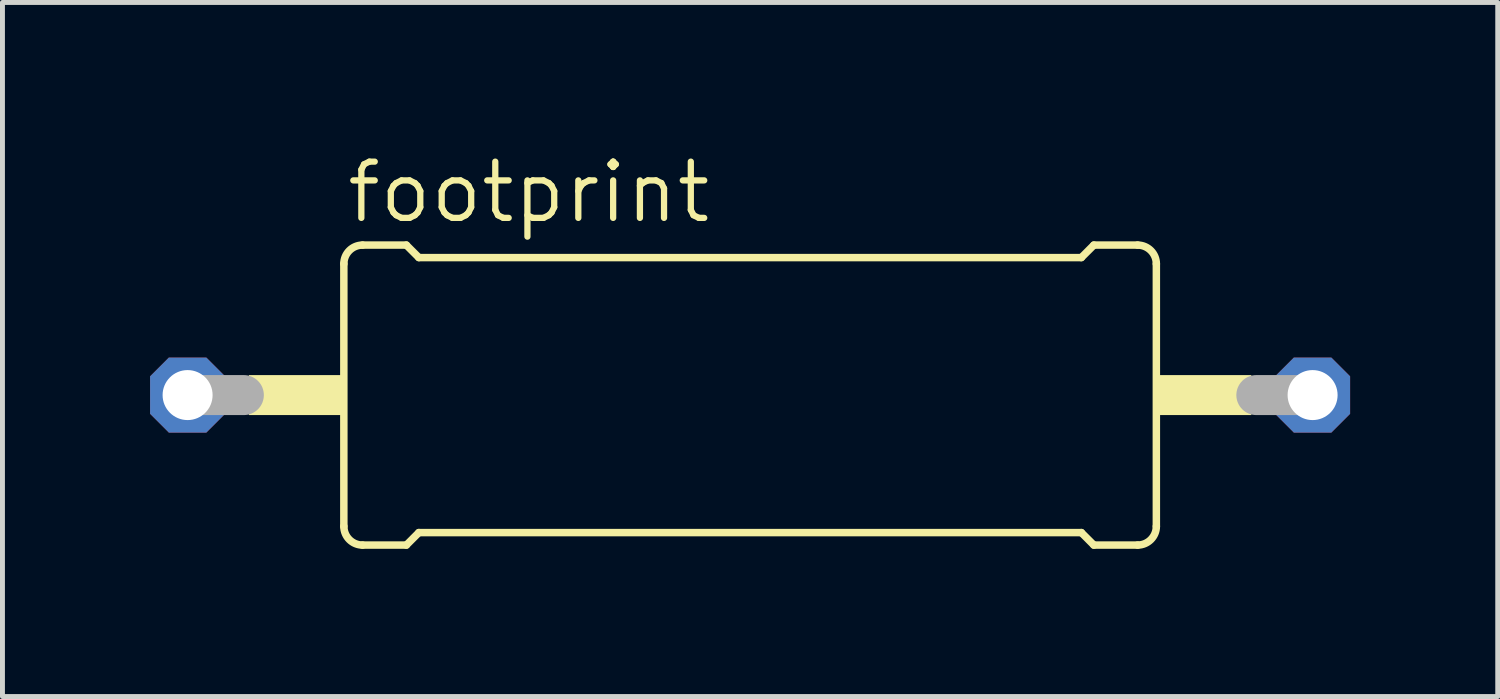
<source format=kicad_pcb>
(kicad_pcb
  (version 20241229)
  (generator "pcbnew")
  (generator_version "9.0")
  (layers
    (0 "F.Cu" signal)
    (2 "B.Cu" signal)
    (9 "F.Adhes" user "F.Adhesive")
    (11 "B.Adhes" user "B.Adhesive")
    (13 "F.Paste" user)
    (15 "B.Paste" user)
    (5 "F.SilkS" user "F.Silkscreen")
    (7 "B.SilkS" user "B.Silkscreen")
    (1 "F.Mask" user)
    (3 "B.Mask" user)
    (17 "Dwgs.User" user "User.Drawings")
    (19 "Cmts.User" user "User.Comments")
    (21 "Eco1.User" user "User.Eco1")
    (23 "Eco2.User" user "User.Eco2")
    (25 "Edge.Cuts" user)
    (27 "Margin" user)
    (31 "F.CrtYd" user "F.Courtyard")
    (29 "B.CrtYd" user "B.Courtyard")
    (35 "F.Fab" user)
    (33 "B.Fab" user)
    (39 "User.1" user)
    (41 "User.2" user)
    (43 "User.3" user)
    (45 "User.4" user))
  (footprint "footprint"
    (layer "F.Cu")
    (at 12.192 4.978)
    (property "Reference" "footprint" (at -8.255 -3.454 0) (layer "F.SilkS") (effects (font (size 1.143 1.143) (thickness 0.127)) (justify left bottom)))
    (fp_line (start -8.255 2.667) (end -8.255 -2.667) (stroke (width 0.152) (type solid)) (layer "F.SilkS"))
    (fp_line (start -7.874 -3.048) (end -6.985 -3.048) (stroke (width 0.152) (type solid)) (layer "F.SilkS"))
    (fp_line (start -7.874 3.048) (end -6.985 3.048) (stroke (width 0.152) (type solid)) (layer "F.SilkS"))
    (fp_line (start -6.731 -2.794) (end -6.985 -3.048) (stroke (width 0.152) (type solid)) (layer "F.SilkS"))
    (fp_line (start -6.731 2.794) (end -6.985 3.048) (stroke (width 0.152) (type solid)) (layer "F.SilkS"))
    (fp_line (start 6.731 -2.794) (end -6.731 -2.794) (stroke (width 0.152) (type solid)) (layer "F.SilkS"))
    (fp_line (start 6.731 -2.794) (end 6.985 -3.048) (stroke (width 0.152) (type solid)) (layer "F.SilkS"))
    (fp_line (start 6.731 2.794) (end -6.731 2.794) (stroke (width 0.152) (type solid)) (layer "F.SilkS"))
    (fp_line (start 6.731 2.794) (end 6.985 3.048) (stroke (width 0.152) (type solid)) (layer "F.SilkS"))
    (fp_line (start 7.874 -3.048) (end 6.985 -3.048) (stroke (width 0.152) (type solid)) (layer "F.SilkS"))
    (fp_line (start 7.874 3.048) (end 6.985 3.048) (stroke (width 0.152) (type solid)) (layer "F.SilkS"))
    (fp_line (start 8.255 2.667) (end 8.255 -2.667) (stroke (width 0.152) (type solid)) (layer "F.SilkS"))
    (fp_arc (start -8.255 -2.667) (mid -8.143408 -2.936408) (end -7.874 -3.048) (stroke (width 0.1524) (type solid)) (layer "F.SilkS"))
    (fp_arc (start -7.874 3.048) (mid -8.143408 2.936408) (end -8.255 2.667) (stroke (width 0.1524) (type solid)) (layer "F.SilkS"))
    (fp_arc (start 7.874 -3.048) (mid 8.143408 -2.936408) (end 8.255 -2.667) (stroke (width 0.1524) (type solid)) (layer "F.SilkS"))
    (fp_arc (start 8.255 2.667) (mid 8.143408 2.936408) (end 7.874 3.048) (stroke (width 0.1524) (type solid)) (layer "F.SilkS"))
    (fp_poly (pts (xy -10.185 0.406) (xy -8.255 0.406) (xy -8.255 -0.406) (xy -10.185 -0.406)) (stroke (width 0) (type solid)) (fill yes) (layer "F.SilkS"))
    (fp_poly (pts (xy 8.255 0.406) (xy 10.185 0.406) (xy 10.185 -0.406) (xy 8.255 -0.406)) (stroke (width 0) (type solid)) (fill yes) (layer "F.SilkS"))
    (fp_line (start -10.287 0) (end -11.43 0) (stroke (width 0.813) (type solid)) (layer "F.Fab"))
    (fp_line (start 11.43 0) (end 10.287 0) (stroke (width 0.813) (type solid)) (layer "F.Fab"))
    (pad "1" thru_hole roundrect (at -11.43 0) (size 1.524 1.524) (drill 1.016) (layers "*.Cu" "*.Mask") (roundrect_rratio 0.25) (chamfer_ratio 0.25) (chamfer top_left top_right bottom_left bottom_right))
    (pad "2" thru_hole roundrect (at 11.43 0) (size 1.524 1.524) (drill 1.016) (layers "*.Cu" "*.Mask") (roundrect_rratio 0.25) (chamfer_ratio 0.25) (chamfer top_left top_right bottom_left bottom_right)))
  (gr_rect
    (start -3 -3)
    (end 27.384 11.103)
    (stroke (width 0.1) (type default))
    (fill no)
    (layer "Edge.Cuts")))
</source>
